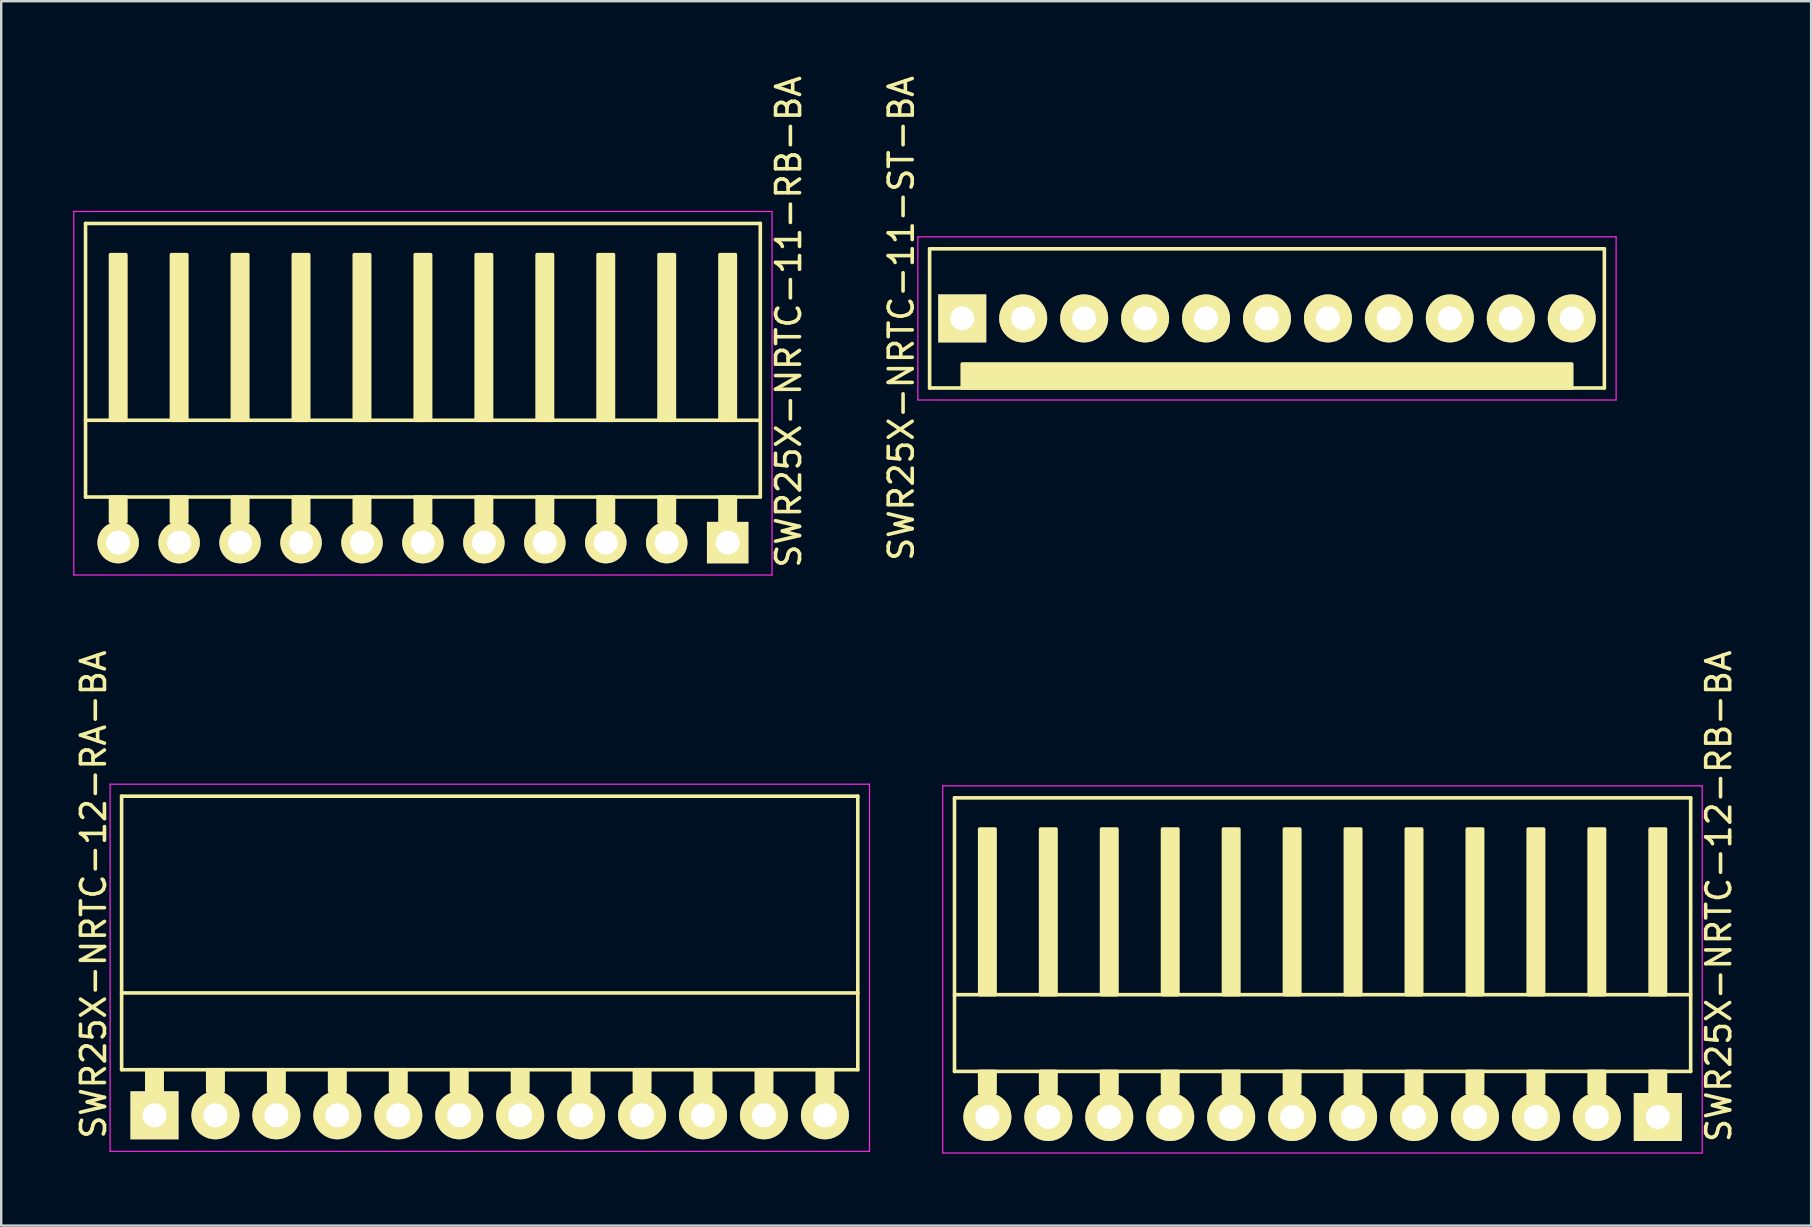
<source format=kicad_pcb>
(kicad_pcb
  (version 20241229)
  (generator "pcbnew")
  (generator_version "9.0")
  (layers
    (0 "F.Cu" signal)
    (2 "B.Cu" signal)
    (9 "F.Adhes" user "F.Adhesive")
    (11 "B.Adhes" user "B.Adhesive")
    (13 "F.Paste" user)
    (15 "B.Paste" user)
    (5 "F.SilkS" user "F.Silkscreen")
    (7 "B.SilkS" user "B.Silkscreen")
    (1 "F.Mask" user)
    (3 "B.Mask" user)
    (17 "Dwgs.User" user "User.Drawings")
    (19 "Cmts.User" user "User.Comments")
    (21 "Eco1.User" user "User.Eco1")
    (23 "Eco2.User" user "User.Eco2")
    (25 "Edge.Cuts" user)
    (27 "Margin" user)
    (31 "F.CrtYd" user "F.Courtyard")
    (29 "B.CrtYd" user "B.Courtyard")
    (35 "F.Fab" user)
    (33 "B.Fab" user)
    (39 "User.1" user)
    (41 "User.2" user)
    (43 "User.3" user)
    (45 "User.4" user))
  (footprint "SWR25X-NRTC-12-RA-BA"
    (layer "F.Cu")
    (at 3.388 43.43)
    (property "Reference" "SWR25X-NRTC-12-RA-BA" (at -2.54 -9.2 270) (layer "F.SilkS") (effects (font (size 1 1) (thickness 0.15))))
    (attr through_hole)
    (fp_line (start -1.37 -13.3) (end -1.37 -1.9) (stroke (width 0.15) (type solid)) (layer "F.SilkS"))
    (fp_line (start -1.37 -13.3) (end 29.31 -13.3) (stroke (width 0.15) (type solid)) (layer "F.SilkS"))
    (fp_line (start -1.37 -5.1) (end 29.31 -5.1) (stroke (width 0.15) (type solid)) (layer "F.SilkS"))
    (fp_line (start -1.37 -1.9) (end 29.31 -1.9) (stroke (width 0.15) (type solid)) (layer "F.SilkS"))
    (fp_line (start 29.31 -13.3) (end 29.31 -1.9) (stroke (width 0.15) (type solid)) (layer "F.SilkS"))
    (fp_poly (pts (xy 0.32 -1.9) (xy -0.32 -1.9) (xy -0.32 -1) (xy 0.32 -1)) (stroke (width 0.15) (type solid)) (fill yes) (layer "F.SilkS"))
    (fp_poly (pts (xy 2.86 -1.9) (xy 2.22 -1.9) (xy 2.22 -1) (xy 2.86 -1)) (stroke (width 0.15) (type solid)) (fill yes) (layer "F.SilkS"))
    (fp_poly (pts (xy 5.4 -1.9) (xy 4.76 -1.9) (xy 4.76 -1) (xy 5.4 -1)) (stroke (width 0.15) (type solid)) (fill yes) (layer "F.SilkS"))
    (fp_poly (pts (xy 7.94 -1.9) (xy 7.3 -1.9) (xy 7.3 -1) (xy 7.94 -1)) (stroke (width 0.15) (type solid)) (fill yes) (layer "F.SilkS"))
    (fp_poly (pts (xy 10.48 -1.9) (xy 9.84 -1.9) (xy 9.84 -1) (xy 10.48 -1)) (stroke (width 0.15) (type solid)) (fill yes) (layer "F.SilkS"))
    (fp_poly (pts (xy 13.02 -1.9) (xy 12.38 -1.9) (xy 12.38 -1) (xy 13.02 -1)) (stroke (width 0.15) (type solid)) (fill yes) (layer "F.SilkS"))
    (fp_poly (pts (xy 15.56 -1.9) (xy 14.92 -1.9) (xy 14.92 -1) (xy 15.56 -1)) (stroke (width 0.15) (type solid)) (fill yes) (layer "F.SilkS"))
    (fp_poly (pts (xy 18.1 -1.9) (xy 17.46 -1.9) (xy 17.46 -1) (xy 18.1 -1)) (stroke (width 0.15) (type solid)) (fill yes) (layer "F.SilkS"))
    (fp_poly (pts (xy 20.64 -1.9) (xy 20 -1.9) (xy 20 -1) (xy 20.64 -1)) (stroke (width 0.15) (type solid)) (fill yes) (layer "F.SilkS"))
    (fp_poly (pts (xy 23.18 -1.9) (xy 22.54 -1.9) (xy 22.54 -1) (xy 23.18 -1)) (stroke (width 0.15) (type solid)) (fill yes) (layer "F.SilkS"))
    (fp_poly (pts (xy 25.72 -1.9) (xy 25.08 -1.9) (xy 25.08 -1) (xy 25.72 -1)) (stroke (width 0.15) (type solid)) (fill yes) (layer "F.SilkS"))
    (fp_poly (pts (xy 28.26 -1.9) (xy 27.62 -1.9) (xy 27.62 -1) (xy 28.26 -1)) (stroke (width 0.15) (type solid)) (fill yes) (layer "F.SilkS"))
    (fp_line (start -1.85 -13.8) (end -1.85 1.5) (stroke (width 0.05) (type solid)) (layer "F.CrtYd"))
    (fp_line (start -1.85 -13.8) (end 29.8 -13.8) (stroke (width 0.05) (type solid)) (layer "F.CrtYd"))
    (fp_line (start -1.85 1.5) (end 29.8 1.5) (stroke (width 0.05) (type solid)) (layer "F.CrtYd"))
    (fp_line (start 29.8 -13.8) (end 29.8 1.5) (stroke (width 0.05) (type solid)) (layer "F.CrtYd"))
    (pad "1" thru_hole rect (at 0 0) (size 2 2) (drill 1) (layers "*.Cu" "*.Mask" "F.SilkS"))
    (pad "2" thru_hole circle (at 2.54 0) (size 2 2) (drill 1) (layers "*.Cu" "*.Mask" "F.SilkS"))
    (pad "3" thru_hole circle (at 5.08 0) (size 2 2) (drill 1) (layers "*.Cu" "*.Mask" "F.SilkS"))
    (pad "4" thru_hole circle (at 7.62 0) (size 2 2) (drill 1) (layers "*.Cu" "*.Mask" "F.SilkS"))
    (pad "5" thru_hole circle (at 10.16 0) (size 2 2) (drill 1) (layers "*.Cu" "*.Mask" "F.SilkS"))
    (pad "6" thru_hole circle (at 12.7 0) (size 2 2) (drill 1) (layers "*.Cu" "*.Mask" "F.SilkS"))
    (pad "7" thru_hole circle (at 15.24 0) (size 2 2) (drill 1) (layers "*.Cu" "*.Mask" "F.SilkS"))
    (pad "8" thru_hole circle (at 17.78 0) (size 2 2) (drill 1) (layers "*.Cu" "*.Mask" "F.SilkS"))
    (pad "9" thru_hole circle (at 20.32 0) (size 2 2) (drill 1) (layers "*.Cu" "*.Mask" "F.SilkS"))
    (pad "10" thru_hole circle (at 22.86 0) (size 2 2) (drill 1) (layers "*.Cu" "*.Mask" "F.SilkS"))
    (pad "11" thru_hole circle (at 25.4 0) (size 2 2) (drill 1) (layers "*.Cu" "*.Mask" "F.SilkS"))
    (pad "12" thru_hole circle (at 27.94 0) (size 2 2) (drill 1) (layers "*.Cu" "*.Mask" "F.SilkS")))
  (footprint "SWR25X-NRTC-11-RB-BA"
    (layer "F.Cu")
    (at 27.275 19.563)
    (property "Reference" "SWR25X-NRTC-11-RB-BA" (at 2.54 -9.2 270) (layer "F.SilkS") (effects (font (size 1 1) (thickness 0.15))))
    (attr through_hole)
    (fp_line (start -26.76 -13.3) (end -26.76 -1.9) (stroke (width 0.15) (type solid)) (layer "F.SilkS"))
    (fp_line (start 1.36 -13.3) (end -26.76 -13.3) (stroke (width 0.15) (type solid)) (layer "F.SilkS"))
    (fp_line (start 1.36 -13.3) (end 1.36 -1.9) (stroke (width 0.15) (type solid)) (layer "F.SilkS"))
    (fp_line (start 1.36 -5.1) (end -26.76 -5.1) (stroke (width 0.15) (type solid)) (layer "F.SilkS"))
    (fp_line (start 1.36 -1.9) (end -26.76 -1.9) (stroke (width 0.15) (type solid)) (layer "F.SilkS"))
    (fp_poly (pts (xy -25.08 -5.1) (xy -25.72 -5.1) (xy -25.72 -12) (xy -25.08 -12)) (stroke (width 0.15) (type solid)) (fill yes) (layer "F.SilkS"))
    (fp_poly (pts (xy -25.08 -1.9) (xy -25.72 -1.9) (xy -25.72 -0.864) (xy -25.08 -0.864)) (stroke (width 0.15) (type solid)) (fill yes) (layer "F.SilkS"))
    (fp_poly (pts (xy -22.54 -5.1) (xy -23.18 -5.1) (xy -23.18 -12) (xy -22.54 -12)) (stroke (width 0.15) (type solid)) (fill yes) (layer "F.SilkS"))
    (fp_poly (pts (xy -22.54 -1.9) (xy -23.18 -1.9) (xy -23.18 -0.864) (xy -22.54 -0.864)) (stroke (width 0.15) (type solid)) (fill yes) (layer "F.SilkS"))
    (fp_poly (pts (xy -20 -5.1) (xy -20.64 -5.1) (xy -20.64 -12) (xy -20 -12)) (stroke (width 0.15) (type solid)) (fill yes) (layer "F.SilkS"))
    (fp_poly (pts (xy -20 -1.9) (xy -20.64 -1.9) (xy -20.64 -0.864) (xy -20 -0.864)) (stroke (width 0.15) (type solid)) (fill yes) (layer "F.SilkS"))
    (fp_poly (pts (xy -17.46 -5.1) (xy -18.1 -5.1) (xy -18.1 -12) (xy -17.46 -12)) (stroke (width 0.15) (type solid)) (fill yes) (layer "F.SilkS"))
    (fp_poly (pts (xy -17.46 -1.9) (xy -18.1 -1.9) (xy -18.1 -0.864) (xy -17.46 -0.864)) (stroke (width 0.15) (type solid)) (fill yes) (layer "F.SilkS"))
    (fp_poly (pts (xy -14.92 -5.1) (xy -15.56 -5.1) (xy -15.56 -12) (xy -14.92 -12)) (stroke (width 0.15) (type solid)) (fill yes) (layer "F.SilkS"))
    (fp_poly (pts (xy -14.92 -1.9) (xy -15.56 -1.9) (xy -15.56 -0.864) (xy -14.92 -0.864)) (stroke (width 0.15) (type solid)) (fill yes) (layer "F.SilkS"))
    (fp_poly (pts (xy -12.38 -5.1) (xy -13.02 -5.1) (xy -13.02 -12) (xy -12.38 -12)) (stroke (width 0.15) (type solid)) (fill yes) (layer "F.SilkS"))
    (fp_poly (pts (xy -12.38 -1.9) (xy -13.02 -1.9) (xy -13.02 -0.864) (xy -12.38 -0.864)) (stroke (width 0.15) (type solid)) (fill yes) (layer "F.SilkS"))
    (fp_poly (pts (xy -9.84 -5.1) (xy -10.48 -5.1) (xy -10.48 -12) (xy -9.84 -12)) (stroke (width 0.15) (type solid)) (fill yes) (layer "F.SilkS"))
    (fp_poly (pts (xy -9.84 -1.9) (xy -10.48 -1.9) (xy -10.48 -0.864) (xy -9.84 -0.864)) (stroke (width 0.15) (type solid)) (fill yes) (layer "F.SilkS"))
    (fp_poly (pts (xy -7.3 -5.1) (xy -7.94 -5.1) (xy -7.94 -12) (xy -7.3 -12)) (stroke (width 0.15) (type solid)) (fill yes) (layer "F.SilkS"))
    (fp_poly (pts (xy -7.3 -1.9) (xy -7.94 -1.9) (xy -7.94 -0.864) (xy -7.3 -0.864)) (stroke (width 0.15) (type solid)) (fill yes) (layer "F.SilkS"))
    (fp_poly (pts (xy -4.76 -5.1) (xy -5.4 -5.1) (xy -5.4 -12) (xy -4.76 -12)) (stroke (width 0.15) (type solid)) (fill yes) (layer "F.SilkS"))
    (fp_poly (pts (xy -4.76 -1.9) (xy -5.4 -1.9) (xy -5.4 -0.864) (xy -4.76 -0.864)) (stroke (width 0.15) (type solid)) (fill yes) (layer "F.SilkS"))
    (fp_poly (pts (xy -2.22 -5.1) (xy -2.86 -5.1) (xy -2.86 -12) (xy -2.22 -12)) (stroke (width 0.15) (type solid)) (fill yes) (layer "F.SilkS"))
    (fp_poly (pts (xy -2.22 -1.9) (xy -2.86 -1.9) (xy -2.86 -0.864) (xy -2.22 -0.864)) (stroke (width 0.15) (type solid)) (fill yes) (layer "F.SilkS"))
    (fp_poly (pts (xy 0.32 -5.1) (xy -0.32 -5.1) (xy -0.32 -12) (xy 0.32 -12)) (stroke (width 0.15) (type solid)) (fill yes) (layer "F.SilkS"))
    (fp_poly (pts (xy 0.32 -1.9) (xy -0.32 -1.9) (xy -0.32 -0.864) (xy 0.32 -0.864)) (stroke (width 0.15) (type solid)) (fill yes) (layer "F.SilkS"))
    (fp_line (start -27.25 -13.8) (end -27.25 1.35) (stroke (width 0.05) (type solid)) (layer "F.CrtYd"))
    (fp_line (start 1.85 -13.8) (end -27.25 -13.8) (stroke (width 0.05) (type solid)) (layer "F.CrtYd"))
    (fp_line (start 1.85 -13.8) (end 1.85 1.35) (stroke (width 0.05) (type solid)) (layer "F.CrtYd"))
    (fp_line (start 1.85 1.35) (end -27.25 1.35) (stroke (width 0.05) (type solid)) (layer "F.CrtYd"))
    (pad "1" thru_hole rect (at 0 0) (size 1.727 1.727) (drill 1) (layers "*.Cu" "*.Mask" "F.SilkS"))
    (pad "2" thru_hole circle (at -2.54 0) (size 1.727 1.727) (drill 1) (layers "*.Cu" "*.Mask" "F.SilkS"))
    (pad "3" thru_hole circle (at -5.08 0) (size 1.727 1.727) (drill 1) (layers "*.Cu" "*.Mask" "F.SilkS"))
    (pad "4" thru_hole circle (at -7.62 0) (size 1.727 1.727) (drill 1) (layers "*.Cu" "*.Mask" "F.SilkS"))
    (pad "5" thru_hole circle (at -10.16 0) (size 1.727 1.727) (drill 1) (layers "*.Cu" "*.Mask" "F.SilkS"))
    (pad "6" thru_hole circle (at -12.7 0) (size 1.727 1.727) (drill 1) (layers "*.Cu" "*.Mask" "F.SilkS"))
    (pad "7" thru_hole circle (at -15.24 0) (size 1.727 1.727) (drill 1) (layers "*.Cu" "*.Mask" "F.SilkS"))
    (pad "8" thru_hole circle (at -17.78 0) (size 1.727 1.727) (drill 1) (layers "*.Cu" "*.Mask" "F.SilkS"))
    (pad "9" thru_hole circle (at -20.32 0) (size 1.727 1.727) (drill 1) (layers "*.Cu" "*.Mask" "F.SilkS"))
    (pad "10" thru_hole circle (at -22.86 0) (size 1.727 1.727) (drill 1) (layers "*.Cu" "*.Mask" "F.SilkS"))
    (pad "11" thru_hole circle (at -25.4 0) (size 1.727 1.727) (drill 1) (layers "*.Cu" "*.Mask" "F.SilkS")))
  (footprint "SWR25X-NRTC-12-RB-BA"
    (layer "F.Cu")
    (at 66.038 43.501)
    (property "Reference" "SWR25X-NRTC-12-RB-BA" (at 2.54 -9.2 270) (layer "F.SilkS") (effects (font (size 1 1) (thickness 0.15))))
    (attr through_hole)
    (fp_line (start -29.31 -13.3) (end -29.31 -1.9) (stroke (width 0.15) (type solid)) (layer "F.SilkS"))
    (fp_line (start 1.37 -13.3) (end -29.31 -13.3) (stroke (width 0.15) (type solid)) (layer "F.SilkS"))
    (fp_line (start 1.37 -13.3) (end 1.37 -1.9) (stroke (width 0.15) (type solid)) (layer "F.SilkS"))
    (fp_line (start 1.37 -5.1) (end -29.31 -5.1) (stroke (width 0.15) (type solid)) (layer "F.SilkS"))
    (fp_line (start 1.37 -1.9) (end -29.31 -1.9) (stroke (width 0.15) (type solid)) (layer "F.SilkS"))
    (fp_poly (pts (xy -27.62 -5.1) (xy -28.26 -5.1) (xy -28.26 -12) (xy -27.62 -12)) (stroke (width 0.15) (type solid)) (fill yes) (layer "F.SilkS"))
    (fp_poly (pts (xy -27.62 -1.9) (xy -28.26 -1.9) (xy -28.26 -1) (xy -27.62 -1)) (stroke (width 0.15) (type solid)) (fill yes) (layer "F.SilkS"))
    (fp_poly (pts (xy -25.08 -5.1) (xy -25.72 -5.1) (xy -25.72 -12) (xy -25.08 -12)) (stroke (width 0.15) (type solid)) (fill yes) (layer "F.SilkS"))
    (fp_poly (pts (xy -25.08 -1.9) (xy -25.72 -1.9) (xy -25.72 -1) (xy -25.08 -1)) (stroke (width 0.15) (type solid)) (fill yes) (layer "F.SilkS"))
    (fp_poly (pts (xy -22.54 -5.1) (xy -23.18 -5.1) (xy -23.18 -12) (xy -22.54 -12)) (stroke (width 0.15) (type solid)) (fill yes) (layer "F.SilkS"))
    (fp_poly (pts (xy -22.54 -1.9) (xy -23.18 -1.9) (xy -23.18 -1) (xy -22.54 -1)) (stroke (width 0.15) (type solid)) (fill yes) (layer "F.SilkS"))
    (fp_poly (pts (xy -20 -5.1) (xy -20.64 -5.1) (xy -20.64 -12) (xy -20 -12)) (stroke (width 0.15) (type solid)) (fill yes) (layer "F.SilkS"))
    (fp_poly (pts (xy -20 -1.9) (xy -20.64 -1.9) (xy -20.64 -1) (xy -20 -1)) (stroke (width 0.15) (type solid)) (fill yes) (layer "F.SilkS"))
    (fp_poly (pts (xy -17.46 -5.1) (xy -18.1 -5.1) (xy -18.1 -12) (xy -17.46 -12)) (stroke (width 0.15) (type solid)) (fill yes) (layer "F.SilkS"))
    (fp_poly (pts (xy -17.46 -1.9) (xy -18.1 -1.9) (xy -18.1 -1) (xy -17.46 -1)) (stroke (width 0.15) (type solid)) (fill yes) (layer "F.SilkS"))
    (fp_poly (pts (xy -14.92 -5.1) (xy -15.56 -5.1) (xy -15.56 -12) (xy -14.92 -12)) (stroke (width 0.15) (type solid)) (fill yes) (layer "F.SilkS"))
    (fp_poly (pts (xy -14.92 -1.9) (xy -15.56 -1.9) (xy -15.56 -1) (xy -14.92 -1)) (stroke (width 0.15) (type solid)) (fill yes) (layer "F.SilkS"))
    (fp_poly (pts (xy -12.38 -5.1) (xy -13.02 -5.1) (xy -13.02 -12) (xy -12.38 -12)) (stroke (width 0.15) (type solid)) (fill yes) (layer "F.SilkS"))
    (fp_poly (pts (xy -12.38 -1.9) (xy -13.02 -1.9) (xy -13.02 -1) (xy -12.38 -1)) (stroke (width 0.15) (type solid)) (fill yes) (layer "F.SilkS"))
    (fp_poly (pts (xy -9.84 -5.1) (xy -10.48 -5.1) (xy -10.48 -12) (xy -9.84 -12)) (stroke (width 0.15) (type solid)) (fill yes) (layer "F.SilkS"))
    (fp_poly (pts (xy -9.84 -1.9) (xy -10.48 -1.9) (xy -10.48 -1) (xy -9.84 -1)) (stroke (width 0.15) (type solid)) (fill yes) (layer "F.SilkS"))
    (fp_poly (pts (xy -7.3 -5.1) (xy -7.94 -5.1) (xy -7.94 -12) (xy -7.3 -12)) (stroke (width 0.15) (type solid)) (fill yes) (layer "F.SilkS"))
    (fp_poly (pts (xy -7.3 -1.9) (xy -7.94 -1.9) (xy -7.94 -1) (xy -7.3 -1)) (stroke (width 0.15) (type solid)) (fill yes) (layer "F.SilkS"))
    (fp_poly (pts (xy -4.76 -5.1) (xy -5.4 -5.1) (xy -5.4 -12) (xy -4.76 -12)) (stroke (width 0.15) (type solid)) (fill yes) (layer "F.SilkS"))
    (fp_poly (pts (xy -4.76 -1.9) (xy -5.4 -1.9) (xy -5.4 -1) (xy -4.76 -1)) (stroke (width 0.15) (type solid)) (fill yes) (layer "F.SilkS"))
    (fp_poly (pts (xy -2.22 -5.1) (xy -2.86 -5.1) (xy -2.86 -12) (xy -2.22 -12)) (stroke (width 0.15) (type solid)) (fill yes) (layer "F.SilkS"))
    (fp_poly (pts (xy -2.22 -1.9) (xy -2.86 -1.9) (xy -2.86 -1) (xy -2.22 -1)) (stroke (width 0.15) (type solid)) (fill yes) (layer "F.SilkS"))
    (fp_poly (pts (xy 0.32 -5.1) (xy -0.32 -5.1) (xy -0.32 -12) (xy 0.32 -12)) (stroke (width 0.15) (type solid)) (fill yes) (layer "F.SilkS"))
    (fp_poly (pts (xy 0.32 -1.9) (xy -0.32 -1.9) (xy -0.32 -1) (xy 0.32 -1)) (stroke (width 0.15) (type solid)) (fill yes) (layer "F.SilkS"))
    (fp_line (start -29.8 -13.8) (end -29.8 1.5) (stroke (width 0.05) (type solid)) (layer "F.CrtYd"))
    (fp_line (start 1.85 -13.8) (end -29.8 -13.8) (stroke (width 0.05) (type solid)) (layer "F.CrtYd"))
    (fp_line (start 1.85 -13.8) (end 1.85 1.5) (stroke (width 0.05) (type solid)) (layer "F.CrtYd"))
    (fp_line (start 1.85 1.5) (end -29.8 1.5) (stroke (width 0.05) (type solid)) (layer "F.CrtYd"))
    (pad "1" thru_hole rect (at 0 0) (size 2 2) (drill 1) (layers "*.Cu" "*.Mask" "F.SilkS"))
    (pad "2" thru_hole circle (at -2.54 0) (size 2 2) (drill 1) (layers "*.Cu" "*.Mask" "F.SilkS"))
    (pad "3" thru_hole circle (at -5.08 0) (size 2 2) (drill 1) (layers "*.Cu" "*.Mask" "F.SilkS"))
    (pad "4" thru_hole circle (at -7.62 0) (size 2 2) (drill 1) (layers "*.Cu" "*.Mask" "F.SilkS"))
    (pad "5" thru_hole circle (at -10.16 0) (size 2 2) (drill 1) (layers "*.Cu" "*.Mask" "F.SilkS"))
    (pad "6" thru_hole circle (at -12.7 0) (size 2 2) (drill 1) (layers "*.Cu" "*.Mask" "F.SilkS"))
    (pad "7" thru_hole circle (at -15.24 0) (size 2 2) (drill 1) (layers "*.Cu" "*.Mask" "F.SilkS"))
    (pad "8" thru_hole circle (at -17.78 0) (size 2 2) (drill 1) (layers "*.Cu" "*.Mask" "F.SilkS"))
    (pad "9" thru_hole circle (at -20.32 0) (size 2 2) (drill 1) (layers "*.Cu" "*.Mask" "F.SilkS"))
    (pad "10" thru_hole circle (at -22.86 0) (size 2 2) (drill 1) (layers "*.Cu" "*.Mask" "F.SilkS"))
    (pad "11" thru_hole circle (at -25.4 0) (size 2 2) (drill 1) (layers "*.Cu" "*.Mask" "F.SilkS"))
    (pad "12" thru_hole circle (at -27.94 0) (size 2 2) (drill 1) (layers "*.Cu" "*.Mask" "F.SilkS")))
  (footprint "SWR25X-NRTC-11-ST-BA"
    (layer "F.Cu")
    (at 37.051 10.22)
    (property "Reference" "SWR25X-NRTC-11-ST-BA" (at -2.54 0 270) (layer "F.SilkS") (effects (font (size 1 1) (thickness 0.15))))
    (attr through_hole)
    (fp_line (start -1.36 -2.9) (end 26.76 -2.9) (stroke (width 0.15) (type solid)) (layer "F.SilkS"))
    (fp_line (start -1.36 2.9) (end -1.36 -2.9) (stroke (width 0.15) (type solid)) (layer "F.SilkS"))
    (fp_line (start -1.36 2.9) (end 26.76 2.9) (stroke (width 0.15) (type solid)) (layer "F.SilkS"))
    (fp_line (start 26.76 2.9) (end 26.76 -2.9) (stroke (width 0.15) (type solid)) (layer "F.SilkS"))
    (fp_poly (pts (xy 25.4 2.9) (xy 0 2.9) (xy 0 1.9) (xy 25.4 1.9)) (stroke (width 0.15) (type solid)) (fill yes) (layer "F.SilkS"))
    (fp_line (start -1.85 -3.4) (end 27.25 -3.4) (stroke (width 0.05) (type solid)) (layer "F.CrtYd"))
    (fp_line (start -1.85 3.4) (end -1.85 -3.4) (stroke (width 0.05) (type solid)) (layer "F.CrtYd"))
    (fp_line (start -1.85 3.4) (end 27.25 3.4) (stroke (width 0.05) (type solid)) (layer "F.CrtYd"))
    (fp_line (start 27.25 3.4) (end 27.25 -3.4) (stroke (width 0.05) (type solid)) (layer "F.CrtYd"))
    (pad "1" thru_hole rect (at 0 0) (size 2 2) (drill 1) (layers "*.Cu" "*.Mask" "F.SilkS"))
    (pad "2" thru_hole circle (at 2.54 0) (size 2 2) (drill 1) (layers "*.Cu" "*.Mask" "F.SilkS"))
    (pad "3" thru_hole circle (at 5.08 0) (size 2 2) (drill 1) (layers "*.Cu" "*.Mask" "F.SilkS"))
    (pad "4" thru_hole circle (at 7.62 0) (size 2 2) (drill 1) (layers "*.Cu" "*.Mask" "F.SilkS"))
    (pad "5" thru_hole circle (at 10.16 0) (size 2 2) (drill 1) (layers "*.Cu" "*.Mask" "F.SilkS"))
    (pad "6" thru_hole circle (at 12.7 0) (size 2 2) (drill 1) (layers "*.Cu" "*.Mask" "F.SilkS"))
    (pad "7" thru_hole circle (at 15.24 0) (size 2 2) (drill 1) (layers "*.Cu" "*.Mask" "F.SilkS"))
    (pad "8" thru_hole circle (at 17.78 0) (size 2 2) (drill 1) (layers "*.Cu" "*.Mask" "F.SilkS"))
    (pad "9" thru_hole circle (at 20.32 0) (size 2 2) (drill 1) (layers "*.Cu" "*.Mask" "F.SilkS"))
    (pad "10" thru_hole circle (at 22.86 0) (size 2 2) (drill 1) (layers "*.Cu" "*.Mask" "F.SilkS"))
    (pad "11" thru_hole circle (at 25.4 0) (size 2 2) (drill 1) (layers "*.Cu" "*.Mask" "F.SilkS")))
  (gr_rect
    (start -3 -3)
    (end 72.427 48.026)
    (stroke (width 0.1) (type default))
    (fill no)
    (layer "Edge.Cuts")))
</source>
